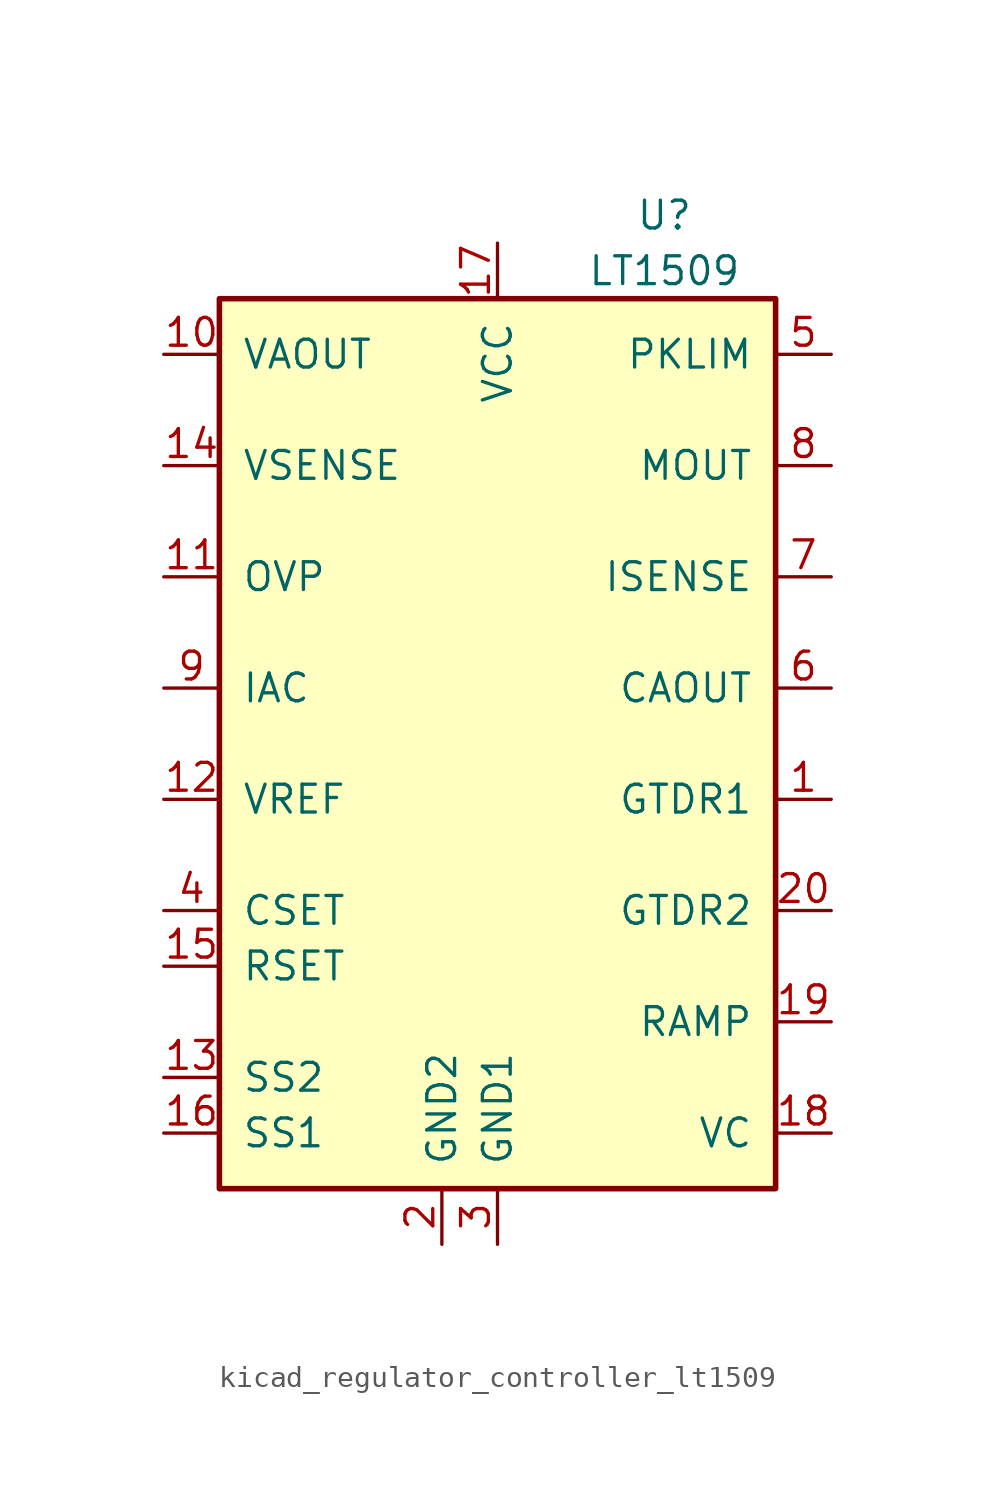
<source format=kicad_sym>
(kicad_symbol_lib
  (version 20220914)
  (generator kicad_symbol_editor)
  (symbol "kicad_regulator_controller_lt1509"
    (pin_names
      (offset 1.016))
    (property "Reference" "U"
      (at 7.62 24.13 0)
      (effects (font (size 1.27 1.27))))
    (property "Value" "LT1509"
      (at 7.62 21.59 0)
      (effects (font (size 1.27 1.27))))
    (symbol "kicad_regulator_controller_lt1509_0_1"
      (rectangle (start -12.7 20.32) (end 12.7 -20.32) (stroke (width 0.254) (type default)) (fill (type background))))
    (symbol "kicad_regulator_controller_lt1509_1_1"
      (pin output line (at 15.24 -2.54 180) (length 2.54) (name "GTDR1" (effects (font (size 1.27 1.27)))) (number "1" (effects (font (size 1.27 1.27)))))
      (pin output line (at -15.24 17.78 0) (length 2.54) (name "VAOUT" (effects (font (size 1.27 1.27)))) (number "10" (effects (font (size 1.27 1.27)))))
      (pin input line (at -15.24 7.62 0) (length 2.54) (name "OVP" (effects (font (size 1.27 1.27)))) (number "11" (effects (font (size 1.27 1.27)))))
      (pin power_out line (at -15.24 -2.54 0) (length 2.54) (name "VREF" (effects (font (size 1.27 1.27)))) (number "12" (effects (font (size 1.27 1.27)))))
      (pin passive line (at -15.24 -15.24 0) (length 2.54) (name "SS2" (effects (font (size 1.27 1.27)))) (number "13" (effects (font (size 1.27 1.27)))))
      (pin input line (at -15.24 12.7 0) (length 2.54) (name "VSENSE" (effects (font (size 1.27 1.27)))) (number "14" (effects (font (size 1.27 1.27)))))
      (pin passive line (at -15.24 -10.16 0) (length 2.54) (name "RSET" (effects (font (size 1.27 1.27)))) (number "15" (effects (font (size 1.27 1.27)))))
      (pin passive line (at -15.24 -17.78 0) (length 2.54) (name "SS1" (effects (font (size 1.27 1.27)))) (number "16" (effects (font (size 1.27 1.27)))))
      (pin power_in line (at 0 22.86 270) (length 2.54) (name "VCC" (effects (font (size 1.27 1.27)))) (number "17" (effects (font (size 1.27 1.27)))))
      (pin input line (at 15.24 -17.78 180) (length 2.54) (name "VC" (effects (font (size 1.27 1.27)))) (number "18" (effects (font (size 1.27 1.27)))))
      (pin input line (at 15.24 -12.7 180) (length 2.54) (name "RAMP" (effects (font (size 1.27 1.27)))) (number "19" (effects (font (size 1.27 1.27)))))
      (pin power_in line (at -2.54 -22.86 90) (length 2.54) (name "GND2" (effects (font (size 1.27 1.27)))) (number "2" (effects (font (size 1.27 1.27)))))
      (pin output line (at 15.24 -7.62 180) (length 2.54) (name "GTDR2" (effects (font (size 1.27 1.27)))) (number "20" (effects (font (size 1.27 1.27)))))
      (pin power_in line (at 0 -22.86 90) (length 2.54) (name "GND1" (effects (font (size 1.27 1.27)))) (number "3" (effects (font (size 1.27 1.27)))))
      (pin passive line (at -15.24 -7.62 0) (length 2.54) (name "CSET" (effects (font (size 1.27 1.27)))) (number "4" (effects (font (size 1.27 1.27)))))
      (pin input line (at 15.24 17.78 180) (length 2.54) (name "PKLIM" (effects (font (size 1.27 1.27)))) (number "5" (effects (font (size 1.27 1.27)))))
      (pin output line (at 15.24 2.54 180) (length 2.54) (name "CAOUT" (effects (font (size 1.27 1.27)))) (number "6" (effects (font (size 1.27 1.27)))))
      (pin input line (at 15.24 7.62 180) (length 2.54) (name "ISENSE" (effects (font (size 1.27 1.27)))) (number "7" (effects (font (size 1.27 1.27)))))
      (pin input line (at 15.24 12.7 180) (length 2.54) (name "MOUT" (effects (font (size 1.27 1.27)))) (number "8" (effects (font (size 1.27 1.27)))))
      (pin input line (at -15.24 2.54 0) (length 2.54) (name "IAC" (effects (font (size 1.27 1.27)))) (number "9" (effects (font (size 1.27 1.27))))))))
</source>
